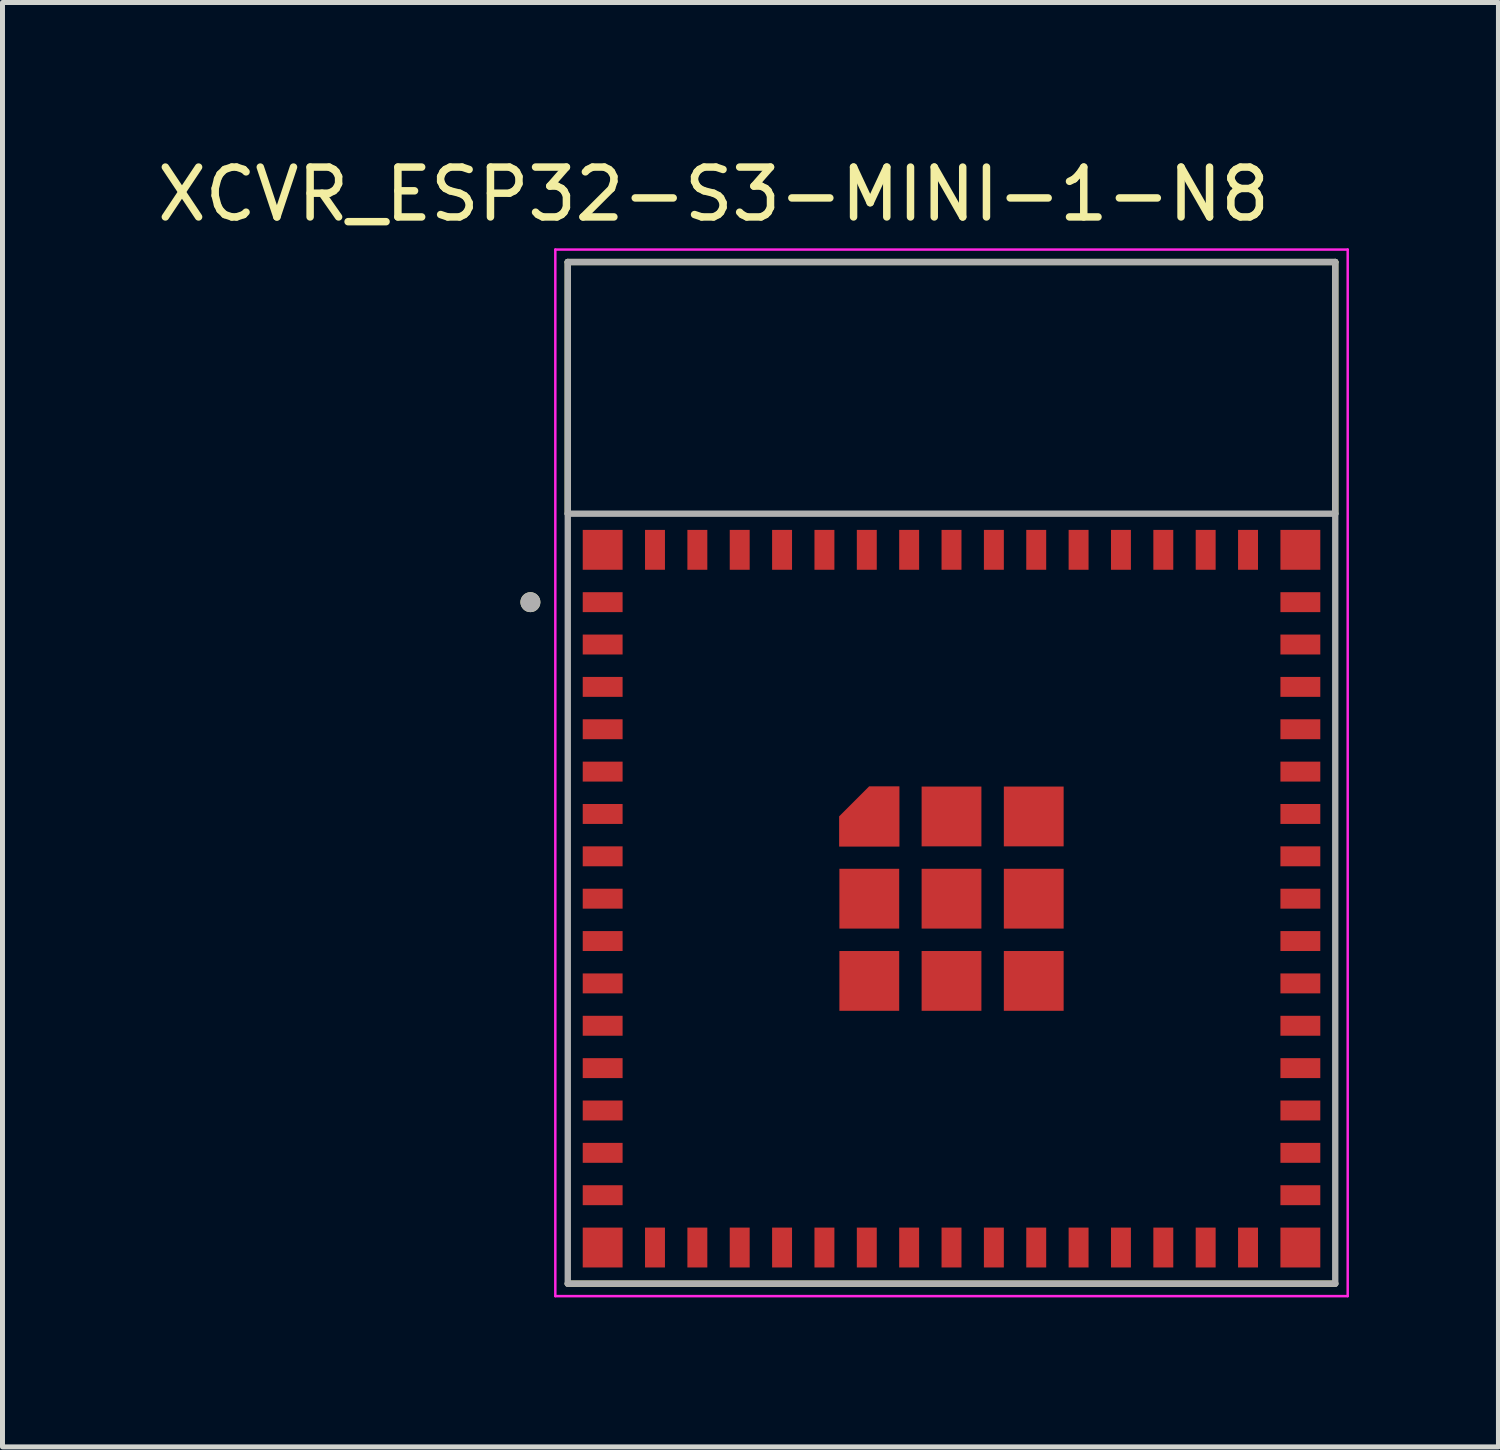
<source format=kicad_pcb>
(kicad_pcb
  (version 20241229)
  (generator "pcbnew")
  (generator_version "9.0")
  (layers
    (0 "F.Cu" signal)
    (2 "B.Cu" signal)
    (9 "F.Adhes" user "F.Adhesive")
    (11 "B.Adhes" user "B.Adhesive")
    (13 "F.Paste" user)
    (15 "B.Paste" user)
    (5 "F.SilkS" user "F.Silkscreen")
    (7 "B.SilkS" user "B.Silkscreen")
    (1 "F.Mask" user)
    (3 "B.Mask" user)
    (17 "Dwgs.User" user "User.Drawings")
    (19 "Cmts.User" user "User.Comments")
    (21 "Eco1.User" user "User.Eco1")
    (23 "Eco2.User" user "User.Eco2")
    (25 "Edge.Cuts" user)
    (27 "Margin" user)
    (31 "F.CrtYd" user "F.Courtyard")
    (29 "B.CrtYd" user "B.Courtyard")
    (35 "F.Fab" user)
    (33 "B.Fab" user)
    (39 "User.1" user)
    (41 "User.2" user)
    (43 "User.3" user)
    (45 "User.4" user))
  (footprint "XCVR_ESP32-S3-MINI-1-N8"
    (layer "F.Cu")
    (at 16.043 14.983)
    (property "Reference" "XCVR_ESP32-S3-MINI-1-N8" (at -4.775 -14.135 0) (layer "F.SilkS") (effects (font (size 1 1) (thickness 0.15))))
    (attr smd)
    (fp_poly (pts (xy -2.35 -0.95) (xy -0.95 -0.95) (xy -0.95 -2.35) (xy -1.7 -2.35) (xy -2.35 -1.7)) (stroke (width 0.01) (type solid)) (fill yes) (layer "F.Mask"))
    (fp_line (start -7.7 -12.775) (end 7.7 -12.775) (stroke (width 0.127) (type solid)) (layer "F.SilkS"))
    (fp_line (start -7.7 -7.725) (end -7.7 -12.775) (stroke (width 0.127) (type solid)) (layer "F.SilkS"))
    (fp_line (start 7.7 -12.775) (end 7.7 -7.725) (stroke (width 0.127) (type solid)) (layer "F.SilkS"))
    (fp_line (start 7.7 7.725) (end -7.7 7.725) (stroke (width 0.127) (type solid)) (layer "F.SilkS"))
    (fp_circle (center -8.45 -5.95) (end -8.35 -5.95) (stroke (width 0.2) (type solid)) (fill no) (layer "F.SilkS"))
    (fp_poly (pts (xy -2.25 -1.05) (xy -1.05 -1.05) (xy -1.05 -2.25) (xy -1.65 -2.25) (xy -2.25 -1.65)) (stroke (width 0.01) (type solid)) (fill yes) (layer "F.Paste"))
    (fp_line (start -7.95 -13.025) (end -7.95 7.975) (stroke (width 0.05) (type solid)) (layer "F.CrtYd"))
    (fp_line (start -7.95 7.975) (end 7.95 7.975) (stroke (width 0.05) (type solid)) (layer "F.CrtYd"))
    (fp_line (start 7.95 -13.025) (end -7.95 -13.025) (stroke (width 0.05) (type solid)) (layer "F.CrtYd"))
    (fp_line (start 7.95 7.975) (end 7.95 -13.025) (stroke (width 0.05) (type solid)) (layer "F.CrtYd"))
    (fp_line (start -7.7 -12.775) (end 7.7 -12.775) (stroke (width 0.127) (type solid)) (layer "F.Fab"))
    (fp_line (start -7.7 -7.725) (end -7.7 -12.775) (stroke (width 0.127) (type solid)) (layer "F.Fab"))
    (fp_line (start -7.7 -7.725) (end 7.7 -7.725) (stroke (width 0.127) (type solid)) (layer "F.Fab"))
    (fp_line (start -7.7 7.725) (end -7.7 -7.725) (stroke (width 0.127) (type solid)) (layer "F.Fab"))
    (fp_line (start 7.7 -12.775) (end 7.7 -7.725) (stroke (width 0.127) (type solid)) (layer "F.Fab"))
    (fp_line (start 7.7 -7.725) (end 7.7 7.725) (stroke (width 0.127) (type solid)) (layer "F.Fab"))
    (fp_line (start 7.7 7.725) (end -7.7 7.725) (stroke (width 0.127) (type solid)) (layer "F.Fab"))
    (fp_circle (center -8.45 -5.95) (end -8.35 -5.95) (stroke (width 0.2) (type solid)) (fill no) (layer "F.Fab"))
    (pad "1" smd rect (at -7 -5.95) (size 0.8 0.4) (layers "F.Cu" "F.Mask" "F.Paste"))
    (pad "2" smd rect (at -7 -5.1) (size 0.8 0.4) (layers "F.Cu" "F.Mask" "F.Paste"))
    (pad "3" smd rect (at -7 -4.25) (size 0.8 0.4) (layers "F.Cu" "F.Mask" "F.Paste"))
    (pad "4" smd rect (at -7 -3.4) (size 0.8 0.4) (layers "F.Cu" "F.Mask" "F.Paste"))
    (pad "5" smd rect (at -7 -2.55) (size 0.8 0.4) (layers "F.Cu" "F.Mask" "F.Paste"))
    (pad "6" smd rect (at -7 -1.7) (size 0.8 0.4) (layers "F.Cu" "F.Mask" "F.Paste"))
    (pad "7" smd rect (at -7 -0.85) (size 0.8 0.4) (layers "F.Cu" "F.Mask" "F.Paste"))
    (pad "8" smd rect (at -7 0) (size 0.8 0.4) (layers "F.Cu" "F.Mask" "F.Paste"))
    (pad "9" smd rect (at -7 0.85) (size 0.8 0.4) (layers "F.Cu" "F.Mask" "F.Paste"))
    (pad "10" smd rect (at -7 1.7) (size 0.8 0.4) (layers "F.Cu" "F.Mask" "F.Paste"))
    (pad "11" smd rect (at -7 2.55) (size 0.8 0.4) (layers "F.Cu" "F.Mask" "F.Paste"))
    (pad "12" smd rect (at -7 3.4) (size 0.8 0.4) (layers "F.Cu" "F.Mask" "F.Paste"))
    (pad "13" smd rect (at -7 4.25) (size 0.8 0.4) (layers "F.Cu" "F.Mask" "F.Paste"))
    (pad "14" smd rect (at -7 5.1) (size 0.8 0.4) (layers "F.Cu" "F.Mask" "F.Paste"))
    (pad "15" smd rect (at -7 5.95) (size 0.8 0.4) (layers "F.Cu" "F.Mask" "F.Paste"))
    (pad "16" smd rect (at -5.95 7) (size 0.4 0.8) (layers "F.Cu" "F.Mask" "F.Paste"))
    (pad "17" smd rect (at -5.1 7) (size 0.4 0.8) (layers "F.Cu" "F.Mask" "F.Paste"))
    (pad "18" smd rect (at -4.25 7) (size 0.4 0.8) (layers "F.Cu" "F.Mask" "F.Paste"))
    (pad "19" smd rect (at -3.4 7) (size 0.4 0.8) (layers "F.Cu" "F.Mask" "F.Paste"))
    (pad "20" smd rect (at -2.55 7) (size 0.4 0.8) (layers "F.Cu" "F.Mask" "F.Paste"))
    (pad "21" smd rect (at -1.7 7) (size 0.4 0.8) (layers "F.Cu" "F.Mask" "F.Paste"))
    (pad "22" smd rect (at -0.85 7) (size 0.4 0.8) (layers "F.Cu" "F.Mask" "F.Paste"))
    (pad "23" smd rect (at 0 7) (size 0.4 0.8) (layers "F.Cu" "F.Mask" "F.Paste"))
    (pad "24" smd rect (at 0.85 7) (size 0.4 0.8) (layers "F.Cu" "F.Mask" "F.Paste"))
    (pad "25" smd rect (at 1.7 7) (size 0.4 0.8) (layers "F.Cu" "F.Mask" "F.Paste"))
    (pad "26" smd rect (at 2.55 7) (size 0.4 0.8) (layers "F.Cu" "F.Mask" "F.Paste"))
    (pad "27" smd rect (at 3.4 7) (size 0.4 0.8) (layers "F.Cu" "F.Mask" "F.Paste"))
    (pad "28" smd rect (at 4.25 7) (size 0.4 0.8) (layers "F.Cu" "F.Mask" "F.Paste"))
    (pad "29" smd rect (at 5.1 7) (size 0.4 0.8) (layers "F.Cu" "F.Mask" "F.Paste"))
    (pad "30" smd rect (at 5.95 7) (size 0.4 0.8) (layers "F.Cu" "F.Mask" "F.Paste"))
    (pad "31" smd rect (at 7 5.95) (size 0.8 0.4) (layers "F.Cu" "F.Mask" "F.Paste"))
    (pad "32" smd rect (at 7 5.1) (size 0.8 0.4) (layers "F.Cu" "F.Mask" "F.Paste"))
    (pad "33" smd rect (at 7 4.25) (size 0.8 0.4) (layers "F.Cu" "F.Mask" "F.Paste"))
    (pad "34" smd rect (at 7 3.4) (size 0.8 0.4) (layers "F.Cu" "F.Mask" "F.Paste"))
    (pad "35" smd rect (at 7 2.55) (size 0.8 0.4) (layers "F.Cu" "F.Mask" "F.Paste"))
    (pad "36" smd rect (at 7 1.7) (size 0.8 0.4) (layers "F.Cu" "F.Mask" "F.Paste"))
    (pad "37" smd rect (at 7 0.85) (size 0.8 0.4) (layers "F.Cu" "F.Mask" "F.Paste"))
    (pad "38" smd rect (at 7 0) (size 0.8 0.4) (layers "F.Cu" "F.Mask" "F.Paste"))
    (pad "39" smd rect (at 7 -0.85) (size 0.8 0.4) (layers "F.Cu" "F.Mask" "F.Paste"))
    (pad "40" smd rect (at 7 -1.7) (size 0.8 0.4) (layers "F.Cu" "F.Mask" "F.Paste"))
    (pad "41" smd rect (at 7 -2.55) (size 0.8 0.4) (layers "F.Cu" "F.Mask" "F.Paste"))
    (pad "42" smd rect (at 7 -3.4) (size 0.8 0.4) (layers "F.Cu" "F.Mask" "F.Paste"))
    (pad "43" smd rect (at 7 -4.25) (size 0.8 0.4) (layers "F.Cu" "F.Mask" "F.Paste"))
    (pad "44" smd rect (at 7 -5.1) (size 0.8 0.4) (layers "F.Cu" "F.Mask" "F.Paste"))
    (pad "45" smd rect (at 7 -5.95) (size 0.8 0.4) (layers "F.Cu" "F.Mask" "F.Paste"))
    (pad "46" smd rect (at 5.95 -7) (size 0.4 0.8) (layers "F.Cu" "F.Mask" "F.Paste"))
    (pad "47" smd rect (at 5.1 -7) (size 0.4 0.8) (layers "F.Cu" "F.Mask" "F.Paste"))
    (pad "48" smd rect (at 4.25 -7) (size 0.4 0.8) (layers "F.Cu" "F.Mask" "F.Paste"))
    (pad "49" smd rect (at 3.4 -7) (size 0.4 0.8) (layers "F.Cu" "F.Mask" "F.Paste"))
    (pad "50" smd rect (at 2.55 -7) (size 0.4 0.8) (layers "F.Cu" "F.Mask" "F.Paste"))
    (pad "51" smd rect (at 1.7 -7) (size 0.4 0.8) (layers "F.Cu" "F.Mask" "F.Paste"))
    (pad "52" smd rect (at 0.85 -7) (size 0.4 0.8) (layers "F.Cu" "F.Mask" "F.Paste"))
    (pad "53" smd rect (at 0 -7) (size 0.4 0.8) (layers "F.Cu" "F.Mask" "F.Paste"))
    (pad "54" smd rect (at -0.85 -7) (size 0.4 0.8) (layers "F.Cu" "F.Mask" "F.Paste"))
    (pad "55" smd rect (at -1.7 -7) (size 0.4 0.8) (layers "F.Cu" "F.Mask" "F.Paste"))
    (pad "56" smd rect (at -2.55 -7) (size 0.4 0.8) (layers "F.Cu" "F.Mask" "F.Paste"))
    (pad "57" smd rect (at -3.4 -7) (size 0.4 0.8) (layers "F.Cu" "F.Mask" "F.Paste"))
    (pad "58" smd rect (at -4.25 -7) (size 0.4 0.8) (layers "F.Cu" "F.Mask" "F.Paste"))
    (pad "59" smd rect (at -5.1 -7) (size 0.4 0.8) (layers "F.Cu" "F.Mask" "F.Paste"))
    (pad "60" smd rect (at -5.95 -7) (size 0.4 0.8) (layers "F.Cu" "F.Mask" "F.Paste"))
    (pad "61" smd rect (at 0 0) (size 1.2 1.2) (layers "F.Cu" "F.Mask" "F.Paste"))
    (pad "61_1" smd custom (at -1.65 -1.65) (size 0.4 0.4) (layers "F.Cu") (options (anchor rect)) (primitives (gr_poly (pts (xy -0.6 0.6) (xy 0.6 0.6) (xy 0.6 -0.6) (xy 0 -0.6) (xy -0.6 0)) (width 0.01) (fill yes))))
    (pad "61_2" smd rect (at 0 -1.65) (size 1.2 1.2) (layers "F.Cu" "F.Mask" "F.Paste"))
    (pad "61_3" smd rect (at 1.65 -1.65) (size 1.2 1.2) (layers "F.Cu" "F.Mask" "F.Paste"))
    (pad "61_4" smd rect (at 1.65 0) (size 1.2 1.2) (layers "F.Cu" "F.Mask" "F.Paste"))
    (pad "61_5" smd rect (at 1.65 1.65) (size 1.2 1.2) (layers "F.Cu" "F.Mask" "F.Paste"))
    (pad "61_6" smd rect (at 0 1.65) (size 1.2 1.2) (layers "F.Cu" "F.Mask" "F.Paste"))
    (pad "61_7" smd rect (at -1.65 1.65) (size 1.2 1.2) (layers "F.Cu" "F.Mask" "F.Paste"))
    (pad "61_8" smd rect (at -1.65 0) (size 1.2 1.2) (layers "F.Cu" "F.Mask" "F.Paste"))
    (pad "62" smd rect (at -7 -7) (size 0.8 0.8) (layers "F.Cu" "F.Mask" "F.Paste"))
    (pad "63" smd rect (at -7 7) (size 0.8 0.8) (layers "F.Cu" "F.Mask" "F.Paste"))
    (pad "64" smd rect (at 7 7) (size 0.8 0.8) (layers "F.Cu" "F.Mask" "F.Paste"))
    (pad "65" smd rect (at 7 -7) (size 0.8 0.8) (layers "F.Cu" "F.Mask" "F.Paste"))
    (zone (net_name "") (layer "F.Cu") (hatch full 0.508) (connect_pads) (min_thickness 0.01) (filled_areas_thickness no) (keepout (tracks not_allowed) (vias not_allowed) (pads not_allowed) (copperpour not_allowed) (footprints allowed)) (placement (enabled no)) (fill) (polygon (pts (xy 8.343 2.208) (xy 23.743 2.208) (xy 23.743 7.258) (xy 8.343 7.258))))
    (zone (net_name "") (layers "F.Cu" "B.Cu") (hatch full 0.508) (connect_pads) (min_thickness 0.01) (filled_areas_thickness no) (keepout (tracks allowed) (vias not_allowed) (pads allowed) (copperpour allowed) (footprints allowed)) (placement (enabled no)) (fill) (polygon (pts (xy 8.343 2.208) (xy 23.743 2.208) (xy 23.743 7.258) (xy 8.343 7.258))))
    (zone (net_name "") (layer "B.Cu") (hatch full 0.508) (connect_pads) (min_thickness 0.01) (filled_areas_thickness no) (keepout (tracks not_allowed) (vias not_allowed) (pads not_allowed) (copperpour not_allowed) (footprints allowed)) (placement (enabled no)) (fill) (polygon (pts (xy 8.343 2.208) (xy 23.743 2.208) (xy 23.743 7.258) (xy 8.343 7.258)))))
  (gr_rect
    (start -3 -3)
    (end 27.018 25.983)
    (stroke (width 0.1) (type default))
    (fill no)
    (layer "Edge.Cuts")))
</source>
